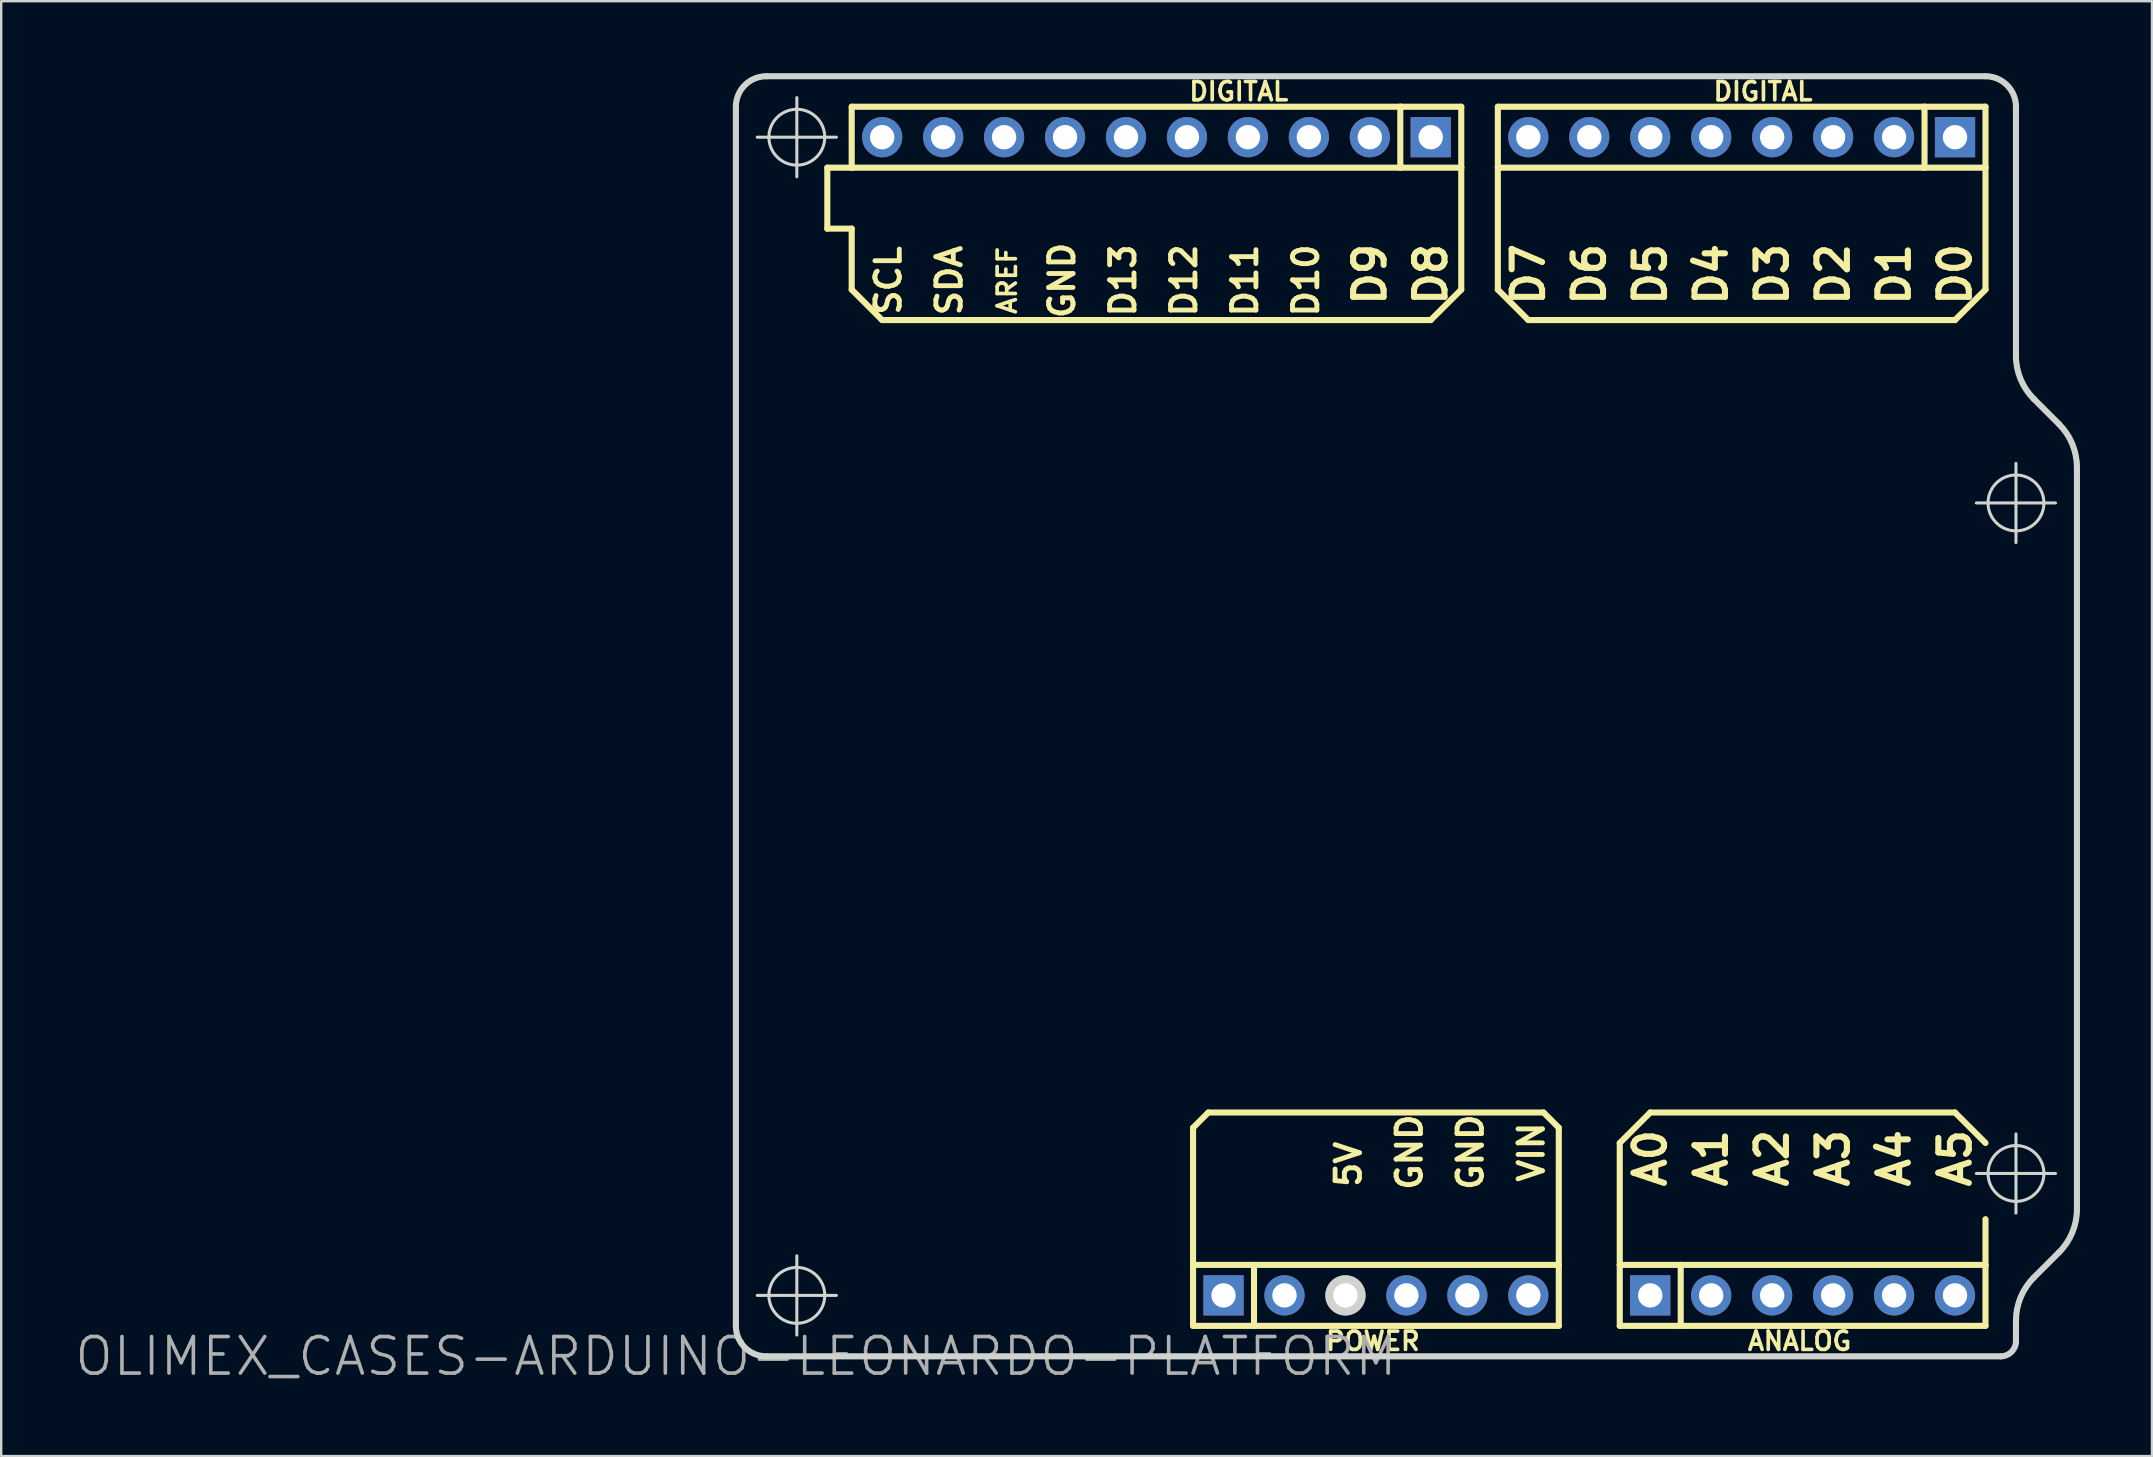
<source format=kicad_pcb>
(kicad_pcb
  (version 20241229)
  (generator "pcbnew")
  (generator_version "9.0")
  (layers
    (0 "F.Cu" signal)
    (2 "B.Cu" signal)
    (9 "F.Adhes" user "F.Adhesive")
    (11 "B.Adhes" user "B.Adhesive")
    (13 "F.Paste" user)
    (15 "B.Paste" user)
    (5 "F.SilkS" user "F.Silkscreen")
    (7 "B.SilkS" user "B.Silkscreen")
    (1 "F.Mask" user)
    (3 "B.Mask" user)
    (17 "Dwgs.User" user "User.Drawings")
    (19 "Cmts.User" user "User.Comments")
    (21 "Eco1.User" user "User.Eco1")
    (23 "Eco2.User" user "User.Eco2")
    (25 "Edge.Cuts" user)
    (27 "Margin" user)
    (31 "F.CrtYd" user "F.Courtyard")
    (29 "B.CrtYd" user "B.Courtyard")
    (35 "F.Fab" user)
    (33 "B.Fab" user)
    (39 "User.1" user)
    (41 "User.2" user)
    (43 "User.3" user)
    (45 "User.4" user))
  (footprint "OLIMEX_CASES-ARDUINO-LEONARDO-PLATFORM"
    (layer "F.Cu")
    (at 27.613 53.467)
    (property "Reference" "OLIMEX_CASES-ARDUINO-LEONARDO-PLATFORM" (at 0 0 0) (layer "F.Fab") (effects (font (size 1.524 1.524) (thickness 0.15))))
    (attr through_hole)
    (fp_line (start 3.81 -49.53) (end 3.81 -46.99) (stroke (width 0.254) (type solid)) (layer "F.SilkS"))
    (fp_line (start 3.81 -46.99) (end 4.826 -46.99) (stroke (width 0.254) (type solid)) (layer "F.SilkS"))
    (fp_line (start 4.826 -52.07) (end 27.686 -52.07) (stroke (width 0.254) (type solid)) (layer "F.SilkS"))
    (fp_line (start 4.826 -49.53) (end 3.81 -49.53) (stroke (width 0.254) (type solid)) (layer "F.SilkS"))
    (fp_line (start 4.826 -49.53) (end 4.826 -52.07) (stroke (width 0.254) (type solid)) (layer "F.SilkS"))
    (fp_line (start 4.826 -46.99) (end 4.826 -44.45) (stroke (width 0.254) (type solid)) (layer "F.SilkS"))
    (fp_line (start 4.826 -44.45) (end 6.096 -43.18) (stroke (width 0.254) (type solid)) (layer "F.SilkS"))
    (fp_line (start 19.05 -9.525) (end 19.685 -10.16) (stroke (width 0.254) (type solid)) (layer "F.SilkS"))
    (fp_line (start 19.05 -3.81) (end 19.05 -9.525) (stroke (width 0.254) (type solid)) (layer "F.SilkS"))
    (fp_line (start 19.05 -3.81) (end 21.59 -3.81) (stroke (width 0.254) (type solid)) (layer "F.SilkS"))
    (fp_line (start 19.05 -1.27) (end 19.05 -3.81) (stroke (width 0.254) (type solid)) (layer "F.SilkS"))
    (fp_line (start 19.685 -10.16) (end 33.655 -10.16) (stroke (width 0.254) (type solid)) (layer "F.SilkS"))
    (fp_line (start 21.59 -3.81) (end 21.59 -1.27) (stroke (width 0.254) (type solid)) (layer "F.SilkS"))
    (fp_line (start 21.59 -3.81) (end 34.29 -3.81) (stroke (width 0.254) (type solid)) (layer "F.SilkS"))
    (fp_line (start 21.59 -1.27) (end 19.05 -1.27) (stroke (width 0.254) (type solid)) (layer "F.SilkS"))
    (fp_line (start 27.686 -52.07) (end 30.226 -52.07) (stroke (width 0.254) (type solid)) (layer "F.SilkS"))
    (fp_line (start 27.686 -49.53) (end 4.826 -49.53) (stroke (width 0.254) (type solid)) (layer "F.SilkS"))
    (fp_line (start 27.686 -49.53) (end 27.686 -52.07) (stroke (width 0.254) (type solid)) (layer "F.SilkS"))
    (fp_line (start 28.953 -43.18) (end 6.096 -43.18) (stroke (width 0.254) (type solid)) (layer "F.SilkS"))
    (fp_line (start 30.226 -52.07) (end 30.226 -49.53) (stroke (width 0.254) (type solid)) (layer "F.SilkS"))
    (fp_line (start 30.226 -49.53) (end 27.686 -49.53) (stroke (width 0.254) (type solid)) (layer "F.SilkS"))
    (fp_line (start 30.226 -49.53) (end 30.226 -44.45) (stroke (width 0.254) (type solid)) (layer "F.SilkS"))
    (fp_line (start 30.226 -44.45) (end 28.953 -43.18) (stroke (width 0.254) (type solid)) (layer "F.SilkS"))
    (fp_line (start 31.75 -52.07) (end 49.53 -52.07) (stroke (width 0.254) (type solid)) (layer "F.SilkS"))
    (fp_line (start 31.75 -49.53) (end 31.75 -52.07) (stroke (width 0.254) (type solid)) (layer "F.SilkS"))
    (fp_line (start 31.75 -49.53) (end 31.75 -44.45) (stroke (width 0.254) (type solid)) (layer "F.SilkS"))
    (fp_line (start 31.75 -44.45) (end 33.02 -43.18) (stroke (width 0.254) (type solid)) (layer "F.SilkS"))
    (fp_line (start 33.655 -10.16) (end 34.29 -9.525) (stroke (width 0.254) (type solid)) (layer "F.SilkS"))
    (fp_line (start 34.29 -3.81) (end 34.29 -9.525) (stroke (width 0.254) (type solid)) (layer "F.SilkS"))
    (fp_line (start 34.29 -3.81) (end 34.29 -1.27) (stroke (width 0.254) (type solid)) (layer "F.SilkS"))
    (fp_line (start 34.29 -1.27) (end 21.59 -1.27) (stroke (width 0.254) (type solid)) (layer "F.SilkS"))
    (fp_line (start 36.83 -8.89) (end 38.1 -10.16) (stroke (width 0.254) (type solid)) (layer "F.SilkS"))
    (fp_line (start 36.83 -3.81) (end 36.83 -8.89) (stroke (width 0.254) (type solid)) (layer "F.SilkS"))
    (fp_line (start 36.83 -3.81) (end 39.37 -3.81) (stroke (width 0.254) (type solid)) (layer "F.SilkS"))
    (fp_line (start 36.83 -1.27) (end 36.83 -3.81) (stroke (width 0.254) (type solid)) (layer "F.SilkS"))
    (fp_line (start 38.1 -10.16) (end 50.8 -10.16) (stroke (width 0.254) (type solid)) (layer "F.SilkS"))
    (fp_line (start 39.37 -3.81) (end 39.37 -1.27) (stroke (width 0.254) (type solid)) (layer "F.SilkS"))
    (fp_line (start 39.37 -3.81) (end 52.07 -3.81) (stroke (width 0.254) (type solid)) (layer "F.SilkS"))
    (fp_line (start 39.37 -1.27) (end 36.83 -1.27) (stroke (width 0.254) (type solid)) (layer "F.SilkS"))
    (fp_line (start 49.53 -52.07) (end 52.07 -52.07) (stroke (width 0.254) (type solid)) (layer "F.SilkS"))
    (fp_line (start 49.53 -49.53) (end 31.75 -49.53) (stroke (width 0.254) (type solid)) (layer "F.SilkS"))
    (fp_line (start 49.53 -49.53) (end 49.53 -52.07) (stroke (width 0.254) (type solid)) (layer "F.SilkS"))
    (fp_line (start 50.8 -43.18) (end 33.02 -43.18) (stroke (width 0.254) (type solid)) (layer "F.SilkS"))
    (fp_line (start 52.07 -52.07) (end 52.07 -49.53) (stroke (width 0.254) (type solid)) (layer "F.SilkS"))
    (fp_line (start 52.07 -49.53) (end 49.53 -49.53) (stroke (width 0.254) (type solid)) (layer "F.SilkS"))
    (fp_line (start 52.07 -49.53) (end 52.07 -44.45) (stroke (width 0.254) (type solid)) (layer "F.SilkS"))
    (fp_line (start 52.07 -44.45) (end 50.8 -43.18) (stroke (width 0.254) (type solid)) (layer "F.SilkS"))
    (fp_line (start 52.07 -8.89) (end 50.8 -10.16) (stroke (width 0.254) (type solid)) (layer "F.SilkS"))
    (fp_line (start 52.07 -3.81) (end 52.07 -5.715) (stroke (width 0.254) (type solid)) (layer "F.SilkS"))
    (fp_line (start 52.07 -3.81) (end 52.07 -1.27) (stroke (width 0.254) (type solid)) (layer "F.SilkS"))
    (fp_line (start 52.07 -1.27) (end 39.37 -1.27) (stroke (width 0.254) (type solid)) (layer "F.SilkS"))
    (fp_line (start 0 -1.27) (end 0 -52.07) (stroke (width 0.254) (type solid)) (layer "Edge.Cuts"))
    (fp_line (start 0.889 -50.8) (end 4.188 -50.8) (stroke (width 0.127) (type solid)) (layer "Edge.Cuts"))
    (fp_line (start 0.889 -2.54) (end 4.188 -2.54) (stroke (width 0.127) (type solid)) (layer "Edge.Cuts"))
    (fp_line (start 1.27 -53.34) (end 52.07 -53.34) (stroke (width 0.254) (type solid)) (layer "Edge.Cuts"))
    (fp_line (start 2.54 -49.149) (end 2.54 -52.448) (stroke (width 0.127) (type solid)) (layer "Edge.Cuts"))
    (fp_line (start 2.54 -0.889) (end 2.54 -4.188) (stroke (width 0.127) (type solid)) (layer "Edge.Cuts"))
    (fp_line (start 51.689 -35.56) (end 54.988 -35.56) (stroke (width 0.127) (type solid)) (layer "Edge.Cuts"))
    (fp_line (start 51.689 -7.62) (end 54.988 -7.62) (stroke (width 0.127) (type solid)) (layer "Edge.Cuts"))
    (fp_line (start 52.705 0) (end 1.27 0) (stroke (width 0.254) (type solid)) (layer "Edge.Cuts"))
    (fp_line (start 53.34 -52.07) (end 53.34 -41.692) (stroke (width 0.254) (type solid)) (layer "Edge.Cuts"))
    (fp_line (start 53.34 -33.909) (end 53.34 -37.208) (stroke (width 0.127) (type solid)) (layer "Edge.Cuts"))
    (fp_line (start 53.34 -5.969) (end 53.34 -9.268) (stroke (width 0.127) (type solid)) (layer "Edge.Cuts"))
    (fp_line (start 53.34 -1.486) (end 53.34 -0.635) (stroke (width 0.254) (type solid)) (layer "Edge.Cuts"))
    (fp_line (start 54.082 -39.896) (end 55.136 -38.842) (stroke (width 0.254) (type solid)) (layer "Edge.Cuts"))
    (fp_line (start 55.136 -4.336) (end 54.082 -3.282) (stroke (width 0.254) (type solid)) (layer "Edge.Cuts"))
    (fp_line (start 55.88 -37.046) (end 55.88 -6.132) (stroke (width 0.254) (type solid)) (layer "Edge.Cuts"))
    (fp_arc (start 0 -52.07) (mid 0.371974 -52.968026) (end 1.27 -53.34) (stroke (width 0.254) (type solid)) (layer "Edge.Cuts"))
    (fp_arc (start 1.27 0) (mid 0.371974 -0.371974) (end 0 -1.27) (stroke (width 0.254) (type solid)) (layer "Edge.Cuts"))
    (fp_arc (start 52.07 -53.34) (mid 52.968026 -52.968026) (end 53.34 -52.07) (stroke (width 0.254) (type solid)) (layer "Edge.Cuts"))
    (fp_arc (start 53.34 -1.4859) (mid 53.532499 -2.455868) (end 54.080817 -3.278814) (stroke (width 0.254) (type solid)) (layer "Edge.Cuts"))
    (fp_arc (start 53.34 -0.635) (mid 53.154013 -0.185987) (end 52.705 0) (stroke (width 0.254) (type solid)) (layer "Edge.Cuts"))
    (fp_arc (start 54.08168 -39.89578) (mid 53.532202 -40.718613) (end 53.338588 -41.68892) (stroke (width 0.254) (type solid)) (layer "Edge.Cuts"))
    (fp_arc (start 55.13578 -38.84168) (mid 55.685451 -38.019816) (end 55.879613 -37.050332) (stroke (width 0.254) (type solid)) (layer "Edge.Cuts"))
    (fp_arc (start 55.88 -6.13156) (mid 55.687501 -5.161592) (end 55.139183 -4.338646) (stroke (width 0.254) (type solid)) (layer "Edge.Cuts"))
    (fp_circle (center 2.54 -50.8) (end 3.363 -51.623) (stroke (width 0.127) (type solid)) (fill no) (layer "Edge.Cuts"))
    (fp_circle (center 2.54 -2.54) (end 3.363 -3.363) (stroke (width 0.127) (type solid)) (fill no) (layer "Edge.Cuts"))
    (fp_circle (center 53.34 -35.56) (end 54.163 -36.383) (stroke (width 0.127) (type solid)) (fill no) (layer "Edge.Cuts"))
    (fp_circle (center 53.34 -7.62) (end 54.163 -8.443) (stroke (width 0.127) (type solid)) (fill no) (layer "Edge.Cuts"))
    (fp_text user "A3" (at 45.72 -8.255 90) (layer "F.SilkS") (effects (font (size 1.27 1.27) (thickness 0.254))))
    (fp_text user "D6" (at 35.56 -45.085 270) (layer "F.SilkS") (effects (font (size 1.27 1.27) (thickness 0.254))))
    (fp_text user "D1" (at 48.26 -45.085 270) (layer "F.SilkS") (effects (font (size 1.27 1.27) (thickness 0.254))))
    (fp_text user "POWER" (at 26.543 -0.635 180) (layer "F.SilkS") (effects (font (size 0.762 0.762) (thickness 0.152))))
    (fp_text user "D2" (at 45.72 -45.085 270) (layer "F.SilkS") (effects (font (size 1.27 1.27) (thickness 0.254))))
    (fp_text user "ANALOG" (at 44.323 -0.635 180) (layer "F.SilkS") (effects (font (size 0.762 0.762) (thickness 0.152))))
    (fp_text user "D0" (at 50.8 -45.085 270) (layer "F.SilkS") (effects (font (size 1.27 1.27) (thickness 0.254))))
    (fp_text user "D5" (at 38.1 -45.085 270) (layer "F.SilkS") (effects (font (size 1.27 1.27) (thickness 0.254))))
    (fp_text user "A4" (at 48.26 -8.255 90) (layer "F.SilkS") (effects (font (size 1.27 1.27) (thickness 0.254))))
    (fp_text user "D8" (at 28.953 -45.085 270) (layer "F.SilkS") (effects (font (size 1.27 1.27) (thickness 0.254))))
    (fp_text user "D12" (at 18.669 -44.831 270) (layer "F.SilkS") (effects (font (size 1.016 1.016) (thickness 0.203))))
    (fp_text user "SCL" (at 6.35 -44.831 270) (layer "F.SilkS") (effects (font (size 1.016 1.016) (thickness 0.203))))
    (fp_text user "D11" (at 21.209 -44.831 270) (layer "F.SilkS") (effects (font (size 1.016 1.016) (thickness 0.203))))
    (fp_text user "A1" (at 40.64 -8.255 90) (layer "F.SilkS") (effects (font (size 1.27 1.27) (thickness 0.254))))
    (fp_text user "GND" (at 28.067 -8.509 90) (layer "F.SilkS") (effects (font (size 1.016 1.016) (thickness 0.203))))
    (fp_text user "AREF" (at 11.303 -44.831 270) (layer "F.SilkS") (effects (font (size 0.762 0.762) (thickness 0.152))))
    (fp_text user "D10" (at 23.749 -44.831 270) (layer "F.SilkS") (effects (font (size 1.016 1.016) (thickness 0.203))))
    (fp_text user "A0" (at 38.1 -8.255 90) (layer "F.SilkS") (effects (font (size 1.27 1.27) (thickness 0.254))))
    (fp_text user "D3" (at 43.18 -45.085 270) (layer "F.SilkS") (effects (font (size 1.27 1.27) (thickness 0.254))))
    (fp_text user "D7" (at 33.02 -45.085 270) (layer "F.SilkS") (effects (font (size 1.27 1.27) (thickness 0.254))))
    (fp_text user "VIN" (at 33.147 -8.509 90) (layer "F.SilkS") (effects (font (size 1.016 1.016) (thickness 0.203))))
    (fp_text user "DIGITAL" (at 20.955 -52.705 0) (layer "F.SilkS") (effects (font (size 0.762 0.762) (thickness 0.152))))
    (fp_text user "A2" (at 43.18 -8.255 90) (layer "F.SilkS") (effects (font (size 1.27 1.27) (thickness 0.254))))
    (fp_text user "D9" (at 26.416 -45.085 270) (layer "F.SilkS") (effects (font (size 1.27 1.27) (thickness 0.254))))
    (fp_text user "GND" (at 13.589 -44.831 270) (layer "F.SilkS") (effects (font (size 1.016 1.016) (thickness 0.203))))
    (fp_text user "5V" (at 25.524 -8.001 90) (layer "F.SilkS") (effects (font (size 1.016 1.016) (thickness 0.203))))
    (fp_text user "A5" (at 50.8 -8.255 90) (layer "F.SilkS") (effects (font (size 1.27 1.27) (thickness 0.254))))
    (fp_text user "DIGITAL" (at 42.799 -52.705 0) (layer "F.SilkS") (effects (font (size 0.762 0.762) (thickness 0.152))))
    (fp_text user "SDA" (at 8.89 -44.831 270) (layer "F.SilkS") (effects (font (size 1.016 1.016) (thickness 0.203))))
    (fp_text user "D4" (at 40.64 -45.085 270) (layer "F.SilkS") (effects (font (size 1.27 1.27) (thickness 0.254))))
    (fp_text user "GND" (at 30.607 -8.509 90) (layer "F.SilkS") (effects (font (size 1.016 1.016) (thickness 0.203))))
    (fp_text user "D13" (at 16.129 -44.831 270) (layer "F.SilkS") (effects (font (size 1.016 1.016) (thickness 0.203))))
    (pad "3V3" thru_hole circle (at 22.86 -2.54) (size 1.676 1.676) (drill 1.016) (layers "*.Cu" "*.Mask"))
    (pad "5V" thru_hole circle (at 25.4 -2.54) (size 1.676 1.676) (drill 1.016) (layers "*.Cu" "*.Mask" "Edge.Cuts"))
    (pad "A0" thru_hole rect (at 38.1 -2.54) (size 1.676 1.676) (drill 1.016) (layers "*.Cu" "*.Mask"))
    (pad "A1" thru_hole circle (at 40.64 -2.54) (size 1.676 1.676) (drill 1.016) (layers "*.Cu" "*.Mask"))
    (pad "A2" thru_hole circle (at 43.18 -2.54) (size 1.676 1.676) (drill 1.016) (layers "*.Cu" "*.Mask"))
    (pad "A3" thru_hole circle (at 45.72 -2.54) (size 1.676 1.676) (drill 1.016) (layers "*.Cu" "*.Mask"))
    (pad "A4" thru_hole circle (at 48.26 -2.54) (size 1.676 1.676) (drill 1.016) (layers "*.Cu" "*.Mask"))
    (pad "A5" thru_hole circle (at 50.8 -2.54) (size 1.676 1.676) (drill 1.016) (layers "*.Cu" "*.Mask"))
    (pad "AREF" thru_hole circle (at 11.176 -50.8) (size 1.676 1.676) (drill 1.016) (layers "*.Cu" "*.Mask"))
    (pad "D0" thru_hole rect (at 50.8 -50.8) (size 1.676 1.676) (drill 1.016) (layers "*.Cu" "*.Mask"))
    (pad "D1" thru_hole circle (at 48.26 -50.8) (size 1.676 1.676) (drill 1.016) (layers "*.Cu" "*.Mask"))
    (pad "D2" thru_hole circle (at 45.72 -50.8) (size 1.676 1.676) (drill 1.016) (layers "*.Cu" "*.Mask"))
    (pad "D3" thru_hole circle (at 43.18 -50.8) (size 1.676 1.676) (drill 1.016) (layers "*.Cu" "*.Mask"))
    (pad "D4" thru_hole circle (at 40.64 -50.8) (size 1.676 1.676) (drill 1.016) (layers "*.Cu" "*.Mask"))
    (pad "D5" thru_hole circle (at 38.1 -50.8) (size 1.676 1.676) (drill 1.016) (layers "*.Cu" "*.Mask"))
    (pad "D6" thru_hole circle (at 35.56 -50.8) (size 1.676 1.676) (drill 1.016) (layers "*.Cu" "*.Mask"))
    (pad "D7" thru_hole circle (at 33.02 -50.8) (size 1.676 1.676) (drill 1.016) (layers "*.Cu" "*.Mask"))
    (pad "D8" thru_hole rect (at 28.953 -50.8) (size 1.676 1.676) (drill 1.016) (layers "*.Cu" "*.Mask"))
    (pad "D9" thru_hole circle (at 26.416 -50.8) (size 1.676 1.676) (drill 1.016) (layers "*.Cu" "*.Mask"))
    (pad "D10" thru_hole circle (at 23.876 -50.8) (size 1.676 1.676) (drill 1.016) (layers "*.Cu" "*.Mask"))
    (pad "D11" thru_hole circle (at 21.336 -50.8) (size 1.676 1.676) (drill 1.016) (layers "*.Cu" "*.Mask"))
    (pad "D12" thru_hole circle (at 18.796 -50.8) (size 1.676 1.676) (drill 1.016) (layers "*.Cu" "*.Mask"))
    (pad "D13" thru_hole circle (at 16.256 -50.8) (size 1.676 1.676) (drill 1.016) (layers "*.Cu" "*.Mask"))
    (pad "GND" thru_hole circle (at 27.94 -2.54) (size 1.676 1.676) (drill 1.016) (layers "*.Cu" "*.Mask"))
    (pad "GND@" thru_hole circle (at 13.716 -50.8) (size 1.676 1.676) (drill 1.016) (layers "*.Cu" "*.Mask"))
    (pad "GND@" thru_hole circle (at 30.48 -2.54) (size 1.676 1.676) (drill 1.016) (layers "*.Cu" "*.Mask"))
    (pad "RST" thru_hole rect (at 20.32 -2.54) (size 1.676 1.676) (drill 1.016) (layers "*.Cu" "*.Mask"))
    (pad "SCL" thru_hole circle (at 6.096 -50.8) (size 1.676 1.676) (drill 1.016) (layers "*.Cu" "*.Mask"))
    (pad "SDA" thru_hole circle (at 8.636 -50.8) (size 1.676 1.676) (drill 1.016) (layers "*.Cu" "*.Mask"))
    (pad "VIN" thru_hole circle (at 33.02 -2.54) (size 1.676 1.676) (drill 1.016) (layers "*.Cu" "*.Mask")))
  (gr_rect
    (start -3 -3)
    (end 86.62 57.622)
    (stroke (width 0.1) (type default))
    (fill no)
    (layer "Edge.Cuts")))
</source>
